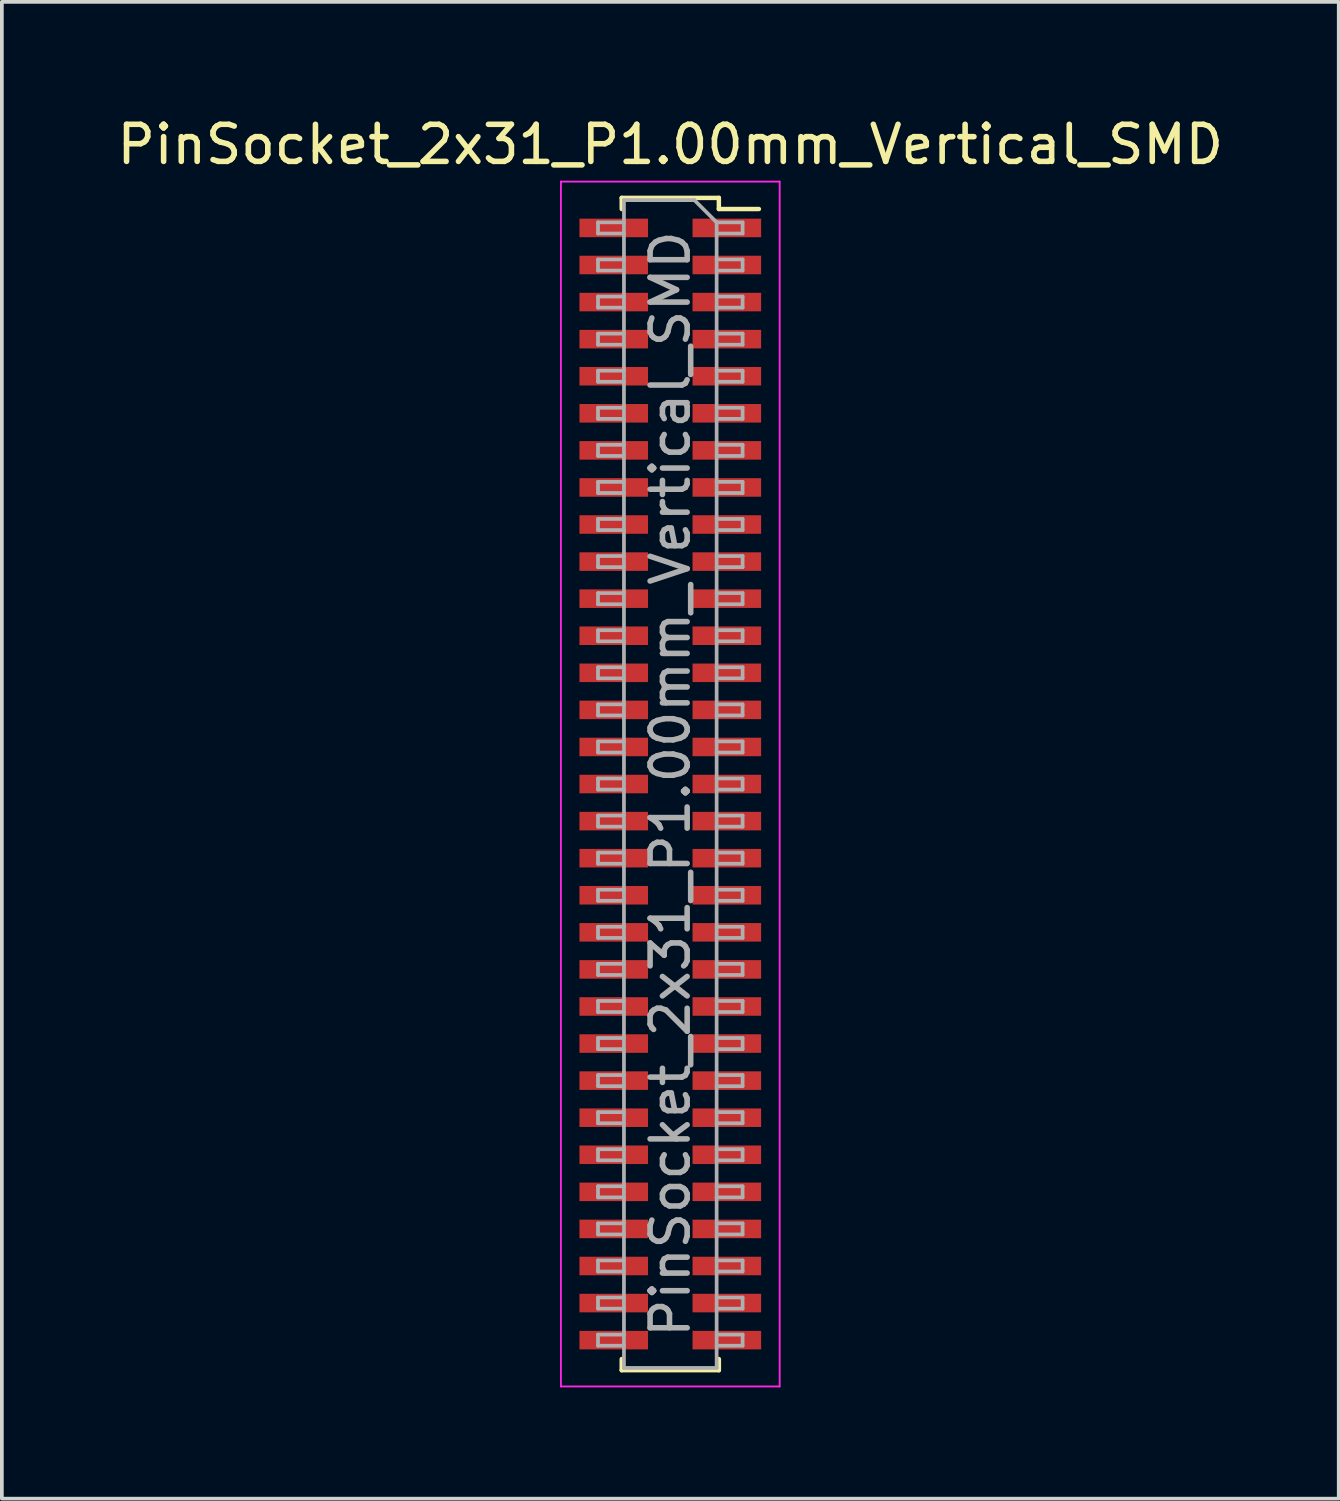
<source format=kicad_pcb>
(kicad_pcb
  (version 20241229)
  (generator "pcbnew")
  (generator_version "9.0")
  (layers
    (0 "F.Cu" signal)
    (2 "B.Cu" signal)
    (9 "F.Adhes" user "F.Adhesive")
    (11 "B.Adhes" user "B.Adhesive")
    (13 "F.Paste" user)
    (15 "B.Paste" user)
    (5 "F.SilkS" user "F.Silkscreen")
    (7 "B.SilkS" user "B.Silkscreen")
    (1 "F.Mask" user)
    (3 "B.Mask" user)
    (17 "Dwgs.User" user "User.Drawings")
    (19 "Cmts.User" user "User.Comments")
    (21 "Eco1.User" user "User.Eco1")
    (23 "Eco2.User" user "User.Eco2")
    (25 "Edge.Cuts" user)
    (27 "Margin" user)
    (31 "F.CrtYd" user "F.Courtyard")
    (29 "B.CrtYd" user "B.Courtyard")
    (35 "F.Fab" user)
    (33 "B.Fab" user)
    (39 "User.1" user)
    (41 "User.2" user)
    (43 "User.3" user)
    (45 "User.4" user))
  (footprint "PinSocket_2x31_P1.00mm_Vertical_SMD"
    (layer "F.Cu")
    (at 15.03 18.098)
    (property "Reference" "PinSocket_2x31_P1.00mm_Vertical_SMD" (at 0 -17.25 0) (layer "F.SilkS") (effects (font (size 1 1) (thickness 0.15))))
    (attr smd)
    (fp_line (start -1.31 -15.81) (end -1.31 -15.51) (stroke (width 0.12) (type solid)) (layer "F.SilkS"))
    (fp_line (start -1.31 -15.81) (end 1.31 -15.81) (stroke (width 0.12) (type solid)) (layer "F.SilkS"))
    (fp_line (start -1.31 15.51) (end -1.31 15.81) (stroke (width 0.12) (type solid)) (layer "F.SilkS"))
    (fp_line (start -1.31 15.81) (end 1.31 15.81) (stroke (width 0.12) (type solid)) (layer "F.SilkS"))
    (fp_line (start 1.31 -15.81) (end 1.31 -15.51) (stroke (width 0.12) (type solid)) (layer "F.SilkS"))
    (fp_line (start 1.31 -15.51) (end 2.39 -15.51) (stroke (width 0.12) (type solid)) (layer "F.SilkS"))
    (fp_line (start 1.31 15.51) (end 1.31 15.81) (stroke (width 0.12) (type solid)) (layer "F.SilkS"))
    (fp_line (start -2.95 -16.25) (end 2.95 -16.25) (stroke (width 0.05) (type solid)) (layer "F.CrtYd"))
    (fp_line (start -2.95 16.25) (end -2.95 -16.25) (stroke (width 0.05) (type solid)) (layer "F.CrtYd"))
    (fp_line (start 2.95 -16.25) (end 2.95 16.25) (stroke (width 0.05) (type solid)) (layer "F.CrtYd"))
    (fp_line (start 2.95 16.25) (end -2.95 16.25) (stroke (width 0.05) (type solid)) (layer "F.CrtYd"))
    (fp_line (start -1.95 -15.15) (end -1.25 -15.15) (stroke (width 0.1) (type solid)) (layer "F.Fab"))
    (fp_line (start -1.95 -14.85) (end -1.95 -15.15) (stroke (width 0.1) (type solid)) (layer "F.Fab"))
    (fp_line (start -1.95 -14.15) (end -1.25 -14.15) (stroke (width 0.1) (type solid)) (layer "F.Fab"))
    (fp_line (start -1.95 -13.85) (end -1.95 -14.15) (stroke (width 0.1) (type solid)) (layer "F.Fab"))
    (fp_line (start -1.95 -13.15) (end -1.25 -13.15) (stroke (width 0.1) (type solid)) (layer "F.Fab"))
    (fp_line (start -1.95 -12.85) (end -1.95 -13.15) (stroke (width 0.1) (type solid)) (layer "F.Fab"))
    (fp_line (start -1.95 -12.15) (end -1.25 -12.15) (stroke (width 0.1) (type solid)) (layer "F.Fab"))
    (fp_line (start -1.95 -11.85) (end -1.95 -12.15) (stroke (width 0.1) (type solid)) (layer "F.Fab"))
    (fp_line (start -1.95 -11.15) (end -1.25 -11.15) (stroke (width 0.1) (type solid)) (layer "F.Fab"))
    (fp_line (start -1.95 -10.85) (end -1.95 -11.15) (stroke (width 0.1) (type solid)) (layer "F.Fab"))
    (fp_line (start -1.95 -10.15) (end -1.25 -10.15) (stroke (width 0.1) (type solid)) (layer "F.Fab"))
    (fp_line (start -1.95 -9.85) (end -1.95 -10.15) (stroke (width 0.1) (type solid)) (layer "F.Fab"))
    (fp_line (start -1.95 -9.15) (end -1.25 -9.15) (stroke (width 0.1) (type solid)) (layer "F.Fab"))
    (fp_line (start -1.95 -8.85) (end -1.95 -9.15) (stroke (width 0.1) (type solid)) (layer "F.Fab"))
    (fp_line (start -1.95 -8.15) (end -1.25 -8.15) (stroke (width 0.1) (type solid)) (layer "F.Fab"))
    (fp_line (start -1.95 -7.85) (end -1.95 -8.15) (stroke (width 0.1) (type solid)) (layer "F.Fab"))
    (fp_line (start -1.95 -7.15) (end -1.25 -7.15) (stroke (width 0.1) (type solid)) (layer "F.Fab"))
    (fp_line (start -1.95 -6.85) (end -1.95 -7.15) (stroke (width 0.1) (type solid)) (layer "F.Fab"))
    (fp_line (start -1.95 -6.15) (end -1.25 -6.15) (stroke (width 0.1) (type solid)) (layer "F.Fab"))
    (fp_line (start -1.95 -5.85) (end -1.95 -6.15) (stroke (width 0.1) (type solid)) (layer "F.Fab"))
    (fp_line (start -1.95 -5.15) (end -1.25 -5.15) (stroke (width 0.1) (type solid)) (layer "F.Fab"))
    (fp_line (start -1.95 -4.85) (end -1.95 -5.15) (stroke (width 0.1) (type solid)) (layer "F.Fab"))
    (fp_line (start -1.95 -4.15) (end -1.25 -4.15) (stroke (width 0.1) (type solid)) (layer "F.Fab"))
    (fp_line (start -1.95 -3.85) (end -1.95 -4.15) (stroke (width 0.1) (type solid)) (layer "F.Fab"))
    (fp_line (start -1.95 -3.15) (end -1.25 -3.15) (stroke (width 0.1) (type solid)) (layer "F.Fab"))
    (fp_line (start -1.95 -2.85) (end -1.95 -3.15) (stroke (width 0.1) (type solid)) (layer "F.Fab"))
    (fp_line (start -1.95 -2.15) (end -1.25 -2.15) (stroke (width 0.1) (type solid)) (layer "F.Fab"))
    (fp_line (start -1.95 -1.85) (end -1.95 -2.15) (stroke (width 0.1) (type solid)) (layer "F.Fab"))
    (fp_line (start -1.95 -1.15) (end -1.25 -1.15) (stroke (width 0.1) (type solid)) (layer "F.Fab"))
    (fp_line (start -1.95 -0.85) (end -1.95 -1.15) (stroke (width 0.1) (type solid)) (layer "F.Fab"))
    (fp_line (start -1.95 -0.15) (end -1.25 -0.15) (stroke (width 0.1) (type solid)) (layer "F.Fab"))
    (fp_line (start -1.95 0.15) (end -1.95 -0.15) (stroke (width 0.1) (type solid)) (layer "F.Fab"))
    (fp_line (start -1.95 0.85) (end -1.25 0.85) (stroke (width 0.1) (type solid)) (layer "F.Fab"))
    (fp_line (start -1.95 1.15) (end -1.95 0.85) (stroke (width 0.1) (type solid)) (layer "F.Fab"))
    (fp_line (start -1.95 1.85) (end -1.25 1.85) (stroke (width 0.1) (type solid)) (layer "F.Fab"))
    (fp_line (start -1.95 2.15) (end -1.95 1.85) (stroke (width 0.1) (type solid)) (layer "F.Fab"))
    (fp_line (start -1.95 2.85) (end -1.25 2.85) (stroke (width 0.1) (type solid)) (layer "F.Fab"))
    (fp_line (start -1.95 3.15) (end -1.95 2.85) (stroke (width 0.1) (type solid)) (layer "F.Fab"))
    (fp_line (start -1.95 3.85) (end -1.25 3.85) (stroke (width 0.1) (type solid)) (layer "F.Fab"))
    (fp_line (start -1.95 4.15) (end -1.95 3.85) (stroke (width 0.1) (type solid)) (layer "F.Fab"))
    (fp_line (start -1.95 4.85) (end -1.25 4.85) (stroke (width 0.1) (type solid)) (layer "F.Fab"))
    (fp_line (start -1.95 5.15) (end -1.95 4.85) (stroke (width 0.1) (type solid)) (layer "F.Fab"))
    (fp_line (start -1.95 5.85) (end -1.25 5.85) (stroke (width 0.1) (type solid)) (layer "F.Fab"))
    (fp_line (start -1.95 6.15) (end -1.95 5.85) (stroke (width 0.1) (type solid)) (layer "F.Fab"))
    (fp_line (start -1.95 6.85) (end -1.25 6.85) (stroke (width 0.1) (type solid)) (layer "F.Fab"))
    (fp_line (start -1.95 7.15) (end -1.95 6.85) (stroke (width 0.1) (type solid)) (layer "F.Fab"))
    (fp_line (start -1.95 7.85) (end -1.25 7.85) (stroke (width 0.1) (type solid)) (layer "F.Fab"))
    (fp_line (start -1.95 8.15) (end -1.95 7.85) (stroke (width 0.1) (type solid)) (layer "F.Fab"))
    (fp_line (start -1.95 8.85) (end -1.25 8.85) (stroke (width 0.1) (type solid)) (layer "F.Fab"))
    (fp_line (start -1.95 9.15) (end -1.95 8.85) (stroke (width 0.1) (type solid)) (layer "F.Fab"))
    (fp_line (start -1.95 9.85) (end -1.25 9.85) (stroke (width 0.1) (type solid)) (layer "F.Fab"))
    (fp_line (start -1.95 10.15) (end -1.95 9.85) (stroke (width 0.1) (type solid)) (layer "F.Fab"))
    (fp_line (start -1.95 10.85) (end -1.25 10.85) (stroke (width 0.1) (type solid)) (layer "F.Fab"))
    (fp_line (start -1.95 11.15) (end -1.95 10.85) (stroke (width 0.1) (type solid)) (layer "F.Fab"))
    (fp_line (start -1.95 11.85) (end -1.25 11.85) (stroke (width 0.1) (type solid)) (layer "F.Fab"))
    (fp_line (start -1.95 12.15) (end -1.95 11.85) (stroke (width 0.1) (type solid)) (layer "F.Fab"))
    (fp_line (start -1.95 12.85) (end -1.25 12.85) (stroke (width 0.1) (type solid)) (layer "F.Fab"))
    (fp_line (start -1.95 13.15) (end -1.95 12.85) (stroke (width 0.1) (type solid)) (layer "F.Fab"))
    (fp_line (start -1.95 13.85) (end -1.25 13.85) (stroke (width 0.1) (type solid)) (layer "F.Fab"))
    (fp_line (start -1.95 14.15) (end -1.95 13.85) (stroke (width 0.1) (type solid)) (layer "F.Fab"))
    (fp_line (start -1.95 14.85) (end -1.25 14.85) (stroke (width 0.1) (type solid)) (layer "F.Fab"))
    (fp_line (start -1.95 15.15) (end -1.95 14.85) (stroke (width 0.1) (type solid)) (layer "F.Fab"))
    (fp_line (start -1.25 -15.75) (end 0.65 -15.75) (stroke (width 0.1) (type solid)) (layer "F.Fab"))
    (fp_line (start -1.25 -14.85) (end -1.95 -14.85) (stroke (width 0.1) (type solid)) (layer "F.Fab"))
    (fp_line (start -1.25 -13.85) (end -1.95 -13.85) (stroke (width 0.1) (type solid)) (layer "F.Fab"))
    (fp_line (start -1.25 -12.85) (end -1.95 -12.85) (stroke (width 0.1) (type solid)) (layer "F.Fab"))
    (fp_line (start -1.25 -11.85) (end -1.95 -11.85) (stroke (width 0.1) (type solid)) (layer "F.Fab"))
    (fp_line (start -1.25 -10.85) (end -1.95 -10.85) (stroke (width 0.1) (type solid)) (layer "F.Fab"))
    (fp_line (start -1.25 -9.85) (end -1.95 -9.85) (stroke (width 0.1) (type solid)) (layer "F.Fab"))
    (fp_line (start -1.25 -8.85) (end -1.95 -8.85) (stroke (width 0.1) (type solid)) (layer "F.Fab"))
    (fp_line (start -1.25 -7.85) (end -1.95 -7.85) (stroke (width 0.1) (type solid)) (layer "F.Fab"))
    (fp_line (start -1.25 -6.85) (end -1.95 -6.85) (stroke (width 0.1) (type solid)) (layer "F.Fab"))
    (fp_line (start -1.25 -5.85) (end -1.95 -5.85) (stroke (width 0.1) (type solid)) (layer "F.Fab"))
    (fp_line (start -1.25 -4.85) (end -1.95 -4.85) (stroke (width 0.1) (type solid)) (layer "F.Fab"))
    (fp_line (start -1.25 -3.85) (end -1.95 -3.85) (stroke (width 0.1) (type solid)) (layer "F.Fab"))
    (fp_line (start -1.25 -2.85) (end -1.95 -2.85) (stroke (width 0.1) (type solid)) (layer "F.Fab"))
    (fp_line (start -1.25 -1.85) (end -1.95 -1.85) (stroke (width 0.1) (type solid)) (layer "F.Fab"))
    (fp_line (start -1.25 -0.85) (end -1.95 -0.85) (stroke (width 0.1) (type solid)) (layer "F.Fab"))
    (fp_line (start -1.25 0.15) (end -1.95 0.15) (stroke (width 0.1) (type solid)) (layer "F.Fab"))
    (fp_line (start -1.25 1.15) (end -1.95 1.15) (stroke (width 0.1) (type solid)) (layer "F.Fab"))
    (fp_line (start -1.25 2.15) (end -1.95 2.15) (stroke (width 0.1) (type solid)) (layer "F.Fab"))
    (fp_line (start -1.25 3.15) (end -1.95 3.15) (stroke (width 0.1) (type solid)) (layer "F.Fab"))
    (fp_line (start -1.25 4.15) (end -1.95 4.15) (stroke (width 0.1) (type solid)) (layer "F.Fab"))
    (fp_line (start -1.25 5.15) (end -1.95 5.15) (stroke (width 0.1) (type solid)) (layer "F.Fab"))
    (fp_line (start -1.25 6.15) (end -1.95 6.15) (stroke (width 0.1) (type solid)) (layer "F.Fab"))
    (fp_line (start -1.25 7.15) (end -1.95 7.15) (stroke (width 0.1) (type solid)) (layer "F.Fab"))
    (fp_line (start -1.25 8.15) (end -1.95 8.15) (stroke (width 0.1) (type solid)) (layer "F.Fab"))
    (fp_line (start -1.25 9.15) (end -1.95 9.15) (stroke (width 0.1) (type solid)) (layer "F.Fab"))
    (fp_line (start -1.25 10.15) (end -1.95 10.15) (stroke (width 0.1) (type solid)) (layer "F.Fab"))
    (fp_line (start -1.25 11.15) (end -1.95 11.15) (stroke (width 0.1) (type solid)) (layer "F.Fab"))
    (fp_line (start -1.25 12.15) (end -1.95 12.15) (stroke (width 0.1) (type solid)) (layer "F.Fab"))
    (fp_line (start -1.25 13.15) (end -1.95 13.15) (stroke (width 0.1) (type solid)) (layer "F.Fab"))
    (fp_line (start -1.25 14.15) (end -1.95 14.15) (stroke (width 0.1) (type solid)) (layer "F.Fab"))
    (fp_line (start -1.25 15.15) (end -1.95 15.15) (stroke (width 0.1) (type solid)) (layer "F.Fab"))
    (fp_line (start -1.25 15.75) (end -1.25 -15.75) (stroke (width 0.1) (type solid)) (layer "F.Fab"))
    (fp_line (start 0.65 -15.75) (end 1.25 -15.15) (stroke (width 0.1) (type solid)) (layer "F.Fab"))
    (fp_line (start 1.25 -15.15) (end 1.25 15.75) (stroke (width 0.1) (type solid)) (layer "F.Fab"))
    (fp_line (start 1.25 -15.15) (end 1.95 -15.15) (stroke (width 0.1) (type solid)) (layer "F.Fab"))
    (fp_line (start 1.25 -14.15) (end 1.95 -14.15) (stroke (width 0.1) (type solid)) (layer "F.Fab"))
    (fp_line (start 1.25 -13.15) (end 1.95 -13.15) (stroke (width 0.1) (type solid)) (layer "F.Fab"))
    (fp_line (start 1.25 -12.15) (end 1.95 -12.15) (stroke (width 0.1) (type solid)) (layer "F.Fab"))
    (fp_line (start 1.25 -11.15) (end 1.95 -11.15) (stroke (width 0.1) (type solid)) (layer "F.Fab"))
    (fp_line (start 1.25 -10.15) (end 1.95 -10.15) (stroke (width 0.1) (type solid)) (layer "F.Fab"))
    (fp_line (start 1.25 -9.15) (end 1.95 -9.15) (stroke (width 0.1) (type solid)) (layer "F.Fab"))
    (fp_line (start 1.25 -8.15) (end 1.95 -8.15) (stroke (width 0.1) (type solid)) (layer "F.Fab"))
    (fp_line (start 1.25 -7.15) (end 1.95 -7.15) (stroke (width 0.1) (type solid)) (layer "F.Fab"))
    (fp_line (start 1.25 -6.15) (end 1.95 -6.15) (stroke (width 0.1) (type solid)) (layer "F.Fab"))
    (fp_line (start 1.25 -5.15) (end 1.95 -5.15) (stroke (width 0.1) (type solid)) (layer "F.Fab"))
    (fp_line (start 1.25 -4.15) (end 1.95 -4.15) (stroke (width 0.1) (type solid)) (layer "F.Fab"))
    (fp_line (start 1.25 -3.15) (end 1.95 -3.15) (stroke (width 0.1) (type solid)) (layer "F.Fab"))
    (fp_line (start 1.25 -2.15) (end 1.95 -2.15) (stroke (width 0.1) (type solid)) (layer "F.Fab"))
    (fp_line (start 1.25 -1.15) (end 1.95 -1.15) (stroke (width 0.1) (type solid)) (layer "F.Fab"))
    (fp_line (start 1.25 -0.15) (end 1.95 -0.15) (stroke (width 0.1) (type solid)) (layer "F.Fab"))
    (fp_line (start 1.25 0.85) (end 1.95 0.85) (stroke (width 0.1) (type solid)) (layer "F.Fab"))
    (fp_line (start 1.25 1.85) (end 1.95 1.85) (stroke (width 0.1) (type solid)) (layer "F.Fab"))
    (fp_line (start 1.25 2.85) (end 1.95 2.85) (stroke (width 0.1) (type solid)) (layer "F.Fab"))
    (fp_line (start 1.25 3.85) (end 1.95 3.85) (stroke (width 0.1) (type solid)) (layer "F.Fab"))
    (fp_line (start 1.25 4.85) (end 1.95 4.85) (stroke (width 0.1) (type solid)) (layer "F.Fab"))
    (fp_line (start 1.25 5.85) (end 1.95 5.85) (stroke (width 0.1) (type solid)) (layer "F.Fab"))
    (fp_line (start 1.25 6.85) (end 1.95 6.85) (stroke (width 0.1) (type solid)) (layer "F.Fab"))
    (fp_line (start 1.25 7.85) (end 1.95 7.85) (stroke (width 0.1) (type solid)) (layer "F.Fab"))
    (fp_line (start 1.25 8.85) (end 1.95 8.85) (stroke (width 0.1) (type solid)) (layer "F.Fab"))
    (fp_line (start 1.25 9.85) (end 1.95 9.85) (stroke (width 0.1) (type solid)) (layer "F.Fab"))
    (fp_line (start 1.25 10.85) (end 1.95 10.85) (stroke (width 0.1) (type solid)) (layer "F.Fab"))
    (fp_line (start 1.25 11.85) (end 1.95 11.85) (stroke (width 0.1) (type solid)) (layer "F.Fab"))
    (fp_line (start 1.25 12.85) (end 1.95 12.85) (stroke (width 0.1) (type solid)) (layer "F.Fab"))
    (fp_line (start 1.25 13.85) (end 1.95 13.85) (stroke (width 0.1) (type solid)) (layer "F.Fab"))
    (fp_line (start 1.25 14.85) (end 1.95 14.85) (stroke (width 0.1) (type solid)) (layer "F.Fab"))
    (fp_line (start 1.25 15.75) (end -1.25 15.75) (stroke (width 0.1) (type solid)) (layer "F.Fab"))
    (fp_line (start 1.95 -15.15) (end 1.95 -14.85) (stroke (width 0.1) (type solid)) (layer "F.Fab"))
    (fp_line (start 1.95 -14.85) (end 1.25 -14.85) (stroke (width 0.1) (type solid)) (layer "F.Fab"))
    (fp_line (start 1.95 -14.15) (end 1.95 -13.85) (stroke (width 0.1) (type solid)) (layer "F.Fab"))
    (fp_line (start 1.95 -13.85) (end 1.25 -13.85) (stroke (width 0.1) (type solid)) (layer "F.Fab"))
    (fp_line (start 1.95 -13.15) (end 1.95 -12.85) (stroke (width 0.1) (type solid)) (layer "F.Fab"))
    (fp_line (start 1.95 -12.85) (end 1.25 -12.85) (stroke (width 0.1) (type solid)) (layer "F.Fab"))
    (fp_line (start 1.95 -12.15) (end 1.95 -11.85) (stroke (width 0.1) (type solid)) (layer "F.Fab"))
    (fp_line (start 1.95 -11.85) (end 1.25 -11.85) (stroke (width 0.1) (type solid)) (layer "F.Fab"))
    (fp_line (start 1.95 -11.15) (end 1.95 -10.85) (stroke (width 0.1) (type solid)) (layer "F.Fab"))
    (fp_line (start 1.95 -10.85) (end 1.25 -10.85) (stroke (width 0.1) (type solid)) (layer "F.Fab"))
    (fp_line (start 1.95 -10.15) (end 1.95 -9.85) (stroke (width 0.1) (type solid)) (layer "F.Fab"))
    (fp_line (start 1.95 -9.85) (end 1.25 -9.85) (stroke (width 0.1) (type solid)) (layer "F.Fab"))
    (fp_line (start 1.95 -9.15) (end 1.95 -8.85) (stroke (width 0.1) (type solid)) (layer "F.Fab"))
    (fp_line (start 1.95 -8.85) (end 1.25 -8.85) (stroke (width 0.1) (type solid)) (layer "F.Fab"))
    (fp_line (start 1.95 -8.15) (end 1.95 -7.85) (stroke (width 0.1) (type solid)) (layer "F.Fab"))
    (fp_line (start 1.95 -7.85) (end 1.25 -7.85) (stroke (width 0.1) (type solid)) (layer "F.Fab"))
    (fp_line (start 1.95 -7.15) (end 1.95 -6.85) (stroke (width 0.1) (type solid)) (layer "F.Fab"))
    (fp_line (start 1.95 -6.85) (end 1.25 -6.85) (stroke (width 0.1) (type solid)) (layer "F.Fab"))
    (fp_line (start 1.95 -6.15) (end 1.95 -5.85) (stroke (width 0.1) (type solid)) (layer "F.Fab"))
    (fp_line (start 1.95 -5.85) (end 1.25 -5.85) (stroke (width 0.1) (type solid)) (layer "F.Fab"))
    (fp_line (start 1.95 -5.15) (end 1.95 -4.85) (stroke (width 0.1) (type solid)) (layer "F.Fab"))
    (fp_line (start 1.95 -4.85) (end 1.25 -4.85) (stroke (width 0.1) (type solid)) (layer "F.Fab"))
    (fp_line (start 1.95 -4.15) (end 1.95 -3.85) (stroke (width 0.1) (type solid)) (layer "F.Fab"))
    (fp_line (start 1.95 -3.85) (end 1.25 -3.85) (stroke (width 0.1) (type solid)) (layer "F.Fab"))
    (fp_line (start 1.95 -3.15) (end 1.95 -2.85) (stroke (width 0.1) (type solid)) (layer "F.Fab"))
    (fp_line (start 1.95 -2.85) (end 1.25 -2.85) (stroke (width 0.1) (type solid)) (layer "F.Fab"))
    (fp_line (start 1.95 -2.15) (end 1.95 -1.85) (stroke (width 0.1) (type solid)) (layer "F.Fab"))
    (fp_line (start 1.95 -1.85) (end 1.25 -1.85) (stroke (width 0.1) (type solid)) (layer "F.Fab"))
    (fp_line (start 1.95 -1.15) (end 1.95 -0.85) (stroke (width 0.1) (type solid)) (layer "F.Fab"))
    (fp_line (start 1.95 -0.85) (end 1.25 -0.85) (stroke (width 0.1) (type solid)) (layer "F.Fab"))
    (fp_line (start 1.95 -0.15) (end 1.95 0.15) (stroke (width 0.1) (type solid)) (layer "F.Fab"))
    (fp_line (start 1.95 0.15) (end 1.25 0.15) (stroke (width 0.1) (type solid)) (layer "F.Fab"))
    (fp_line (start 1.95 0.85) (end 1.95 1.15) (stroke (width 0.1) (type solid)) (layer "F.Fab"))
    (fp_line (start 1.95 1.15) (end 1.25 1.15) (stroke (width 0.1) (type solid)) (layer "F.Fab"))
    (fp_line (start 1.95 1.85) (end 1.95 2.15) (stroke (width 0.1) (type solid)) (layer "F.Fab"))
    (fp_line (start 1.95 2.15) (end 1.25 2.15) (stroke (width 0.1) (type solid)) (layer "F.Fab"))
    (fp_line (start 1.95 2.85) (end 1.95 3.15) (stroke (width 0.1) (type solid)) (layer "F.Fab"))
    (fp_line (start 1.95 3.15) (end 1.25 3.15) (stroke (width 0.1) (type solid)) (layer "F.Fab"))
    (fp_line (start 1.95 3.85) (end 1.95 4.15) (stroke (width 0.1) (type solid)) (layer "F.Fab"))
    (fp_line (start 1.95 4.15) (end 1.25 4.15) (stroke (width 0.1) (type solid)) (layer "F.Fab"))
    (fp_line (start 1.95 4.85) (end 1.95 5.15) (stroke (width 0.1) (type solid)) (layer "F.Fab"))
    (fp_line (start 1.95 5.15) (end 1.25 5.15) (stroke (width 0.1) (type solid)) (layer "F.Fab"))
    (fp_line (start 1.95 5.85) (end 1.95 6.15) (stroke (width 0.1) (type solid)) (layer "F.Fab"))
    (fp_line (start 1.95 6.15) (end 1.25 6.15) (stroke (width 0.1) (type solid)) (layer "F.Fab"))
    (fp_line (start 1.95 6.85) (end 1.95 7.15) (stroke (width 0.1) (type solid)) (layer "F.Fab"))
    (fp_line (start 1.95 7.15) (end 1.25 7.15) (stroke (width 0.1) (type solid)) (layer "F.Fab"))
    (fp_line (start 1.95 7.85) (end 1.95 8.15) (stroke (width 0.1) (type solid)) (layer "F.Fab"))
    (fp_line (start 1.95 8.15) (end 1.25 8.15) (stroke (width 0.1) (type solid)) (layer "F.Fab"))
    (fp_line (start 1.95 8.85) (end 1.95 9.15) (stroke (width 0.1) (type solid)) (layer "F.Fab"))
    (fp_line (start 1.95 9.15) (end 1.25 9.15) (stroke (width 0.1) (type solid)) (layer "F.Fab"))
    (fp_line (start 1.95 9.85) (end 1.95 10.15) (stroke (width 0.1) (type solid)) (layer "F.Fab"))
    (fp_line (start 1.95 10.15) (end 1.25 10.15) (stroke (width 0.1) (type solid)) (layer "F.Fab"))
    (fp_line (start 1.95 10.85) (end 1.95 11.15) (stroke (width 0.1) (type solid)) (layer "F.Fab"))
    (fp_line (start 1.95 11.15) (end 1.25 11.15) (stroke (width 0.1) (type solid)) (layer "F.Fab"))
    (fp_line (start 1.95 11.85) (end 1.95 12.15) (stroke (width 0.1) (type solid)) (layer "F.Fab"))
    (fp_line (start 1.95 12.15) (end 1.25 12.15) (stroke (width 0.1) (type solid)) (layer "F.Fab"))
    (fp_line (start 1.95 12.85) (end 1.95 13.15) (stroke (width 0.1) (type solid)) (layer "F.Fab"))
    (fp_line (start 1.95 13.15) (end 1.25 13.15) (stroke (width 0.1) (type solid)) (layer "F.Fab"))
    (fp_line (start 1.95 13.85) (end 1.95 14.15) (stroke (width 0.1) (type solid)) (layer "F.Fab"))
    (fp_line (start 1.95 14.15) (end 1.25 14.15) (stroke (width 0.1) (type solid)) (layer "F.Fab"))
    (fp_line (start 1.95 14.85) (end 1.95 15.15) (stroke (width 0.1) (type solid)) (layer "F.Fab"))
    (fp_line (start 1.95 15.15) (end 1.25 15.15) (stroke (width 0.1) (type solid)) (layer "F.Fab"))
    (fp_text user "${REFERENCE}" (at 0 0 90) (layer "F.Fab") (effects (font (size 1 1) (thickness 0.15))))
    (pad "1" smd rect (at 1.525 -15) (size 1.85 0.5) (layers "F.Cu" "F.Mask" "F.Paste"))
    (pad "2" smd rect (at -1.525 -15) (size 1.85 0.5) (layers "F.Cu" "F.Mask" "F.Paste"))
    (pad "3" smd rect (at 1.525 -14) (size 1.85 0.5) (layers "F.Cu" "F.Mask" "F.Paste"))
    (pad "4" smd rect (at -1.525 -14) (size 1.85 0.5) (layers "F.Cu" "F.Mask" "F.Paste"))
    (pad "5" smd rect (at 1.525 -13) (size 1.85 0.5) (layers "F.Cu" "F.Mask" "F.Paste"))
    (pad "6" smd rect (at -1.525 -13) (size 1.85 0.5) (layers "F.Cu" "F.Mask" "F.Paste"))
    (pad "7" smd rect (at 1.525 -12) (size 1.85 0.5) (layers "F.Cu" "F.Mask" "F.Paste"))
    (pad "8" smd rect (at -1.525 -12) (size 1.85 0.5) (layers "F.Cu" "F.Mask" "F.Paste"))
    (pad "9" smd rect (at 1.525 -11) (size 1.85 0.5) (layers "F.Cu" "F.Mask" "F.Paste"))
    (pad "10" smd rect (at -1.525 -11) (size 1.85 0.5) (layers "F.Cu" "F.Mask" "F.Paste"))
    (pad "11" smd rect (at 1.525 -10) (size 1.85 0.5) (layers "F.Cu" "F.Mask" "F.Paste"))
    (pad "12" smd rect (at -1.525 -10) (size 1.85 0.5) (layers "F.Cu" "F.Mask" "F.Paste"))
    (pad "13" smd rect (at 1.525 -9) (size 1.85 0.5) (layers "F.Cu" "F.Mask" "F.Paste"))
    (pad "14" smd rect (at -1.525 -9) (size 1.85 0.5) (layers "F.Cu" "F.Mask" "F.Paste"))
    (pad "15" smd rect (at 1.525 -8) (size 1.85 0.5) (layers "F.Cu" "F.Mask" "F.Paste"))
    (pad "16" smd rect (at -1.525 -8) (size 1.85 0.5) (layers "F.Cu" "F.Mask" "F.Paste"))
    (pad "17" smd rect (at 1.525 -7) (size 1.85 0.5) (layers "F.Cu" "F.Mask" "F.Paste"))
    (pad "18" smd rect (at -1.525 -7) (size 1.85 0.5) (layers "F.Cu" "F.Mask" "F.Paste"))
    (pad "19" smd rect (at 1.525 -6) (size 1.85 0.5) (layers "F.Cu" "F.Mask" "F.Paste"))
    (pad "20" smd rect (at -1.525 -6) (size 1.85 0.5) (layers "F.Cu" "F.Mask" "F.Paste"))
    (pad "21" smd rect (at 1.525 -5) (size 1.85 0.5) (layers "F.Cu" "F.Mask" "F.Paste"))
    (pad "22" smd rect (at -1.525 -5) (size 1.85 0.5) (layers "F.Cu" "F.Mask" "F.Paste"))
    (pad "23" smd rect (at 1.525 -4) (size 1.85 0.5) (layers "F.Cu" "F.Mask" "F.Paste"))
    (pad "24" smd rect (at -1.525 -4) (size 1.85 0.5) (layers "F.Cu" "F.Mask" "F.Paste"))
    (pad "25" smd rect (at 1.525 -3) (size 1.85 0.5) (layers "F.Cu" "F.Mask" "F.Paste"))
    (pad "26" smd rect (at -1.525 -3) (size 1.85 0.5) (layers "F.Cu" "F.Mask" "F.Paste"))
    (pad "27" smd rect (at 1.525 -2) (size 1.85 0.5) (layers "F.Cu" "F.Mask" "F.Paste"))
    (pad "28" smd rect (at -1.525 -2) (size 1.85 0.5) (layers "F.Cu" "F.Mask" "F.Paste"))
    (pad "29" smd rect (at 1.525 -1) (size 1.85 0.5) (layers "F.Cu" "F.Mask" "F.Paste"))
    (pad "30" smd rect (at -1.525 -1) (size 1.85 0.5) (layers "F.Cu" "F.Mask" "F.Paste"))
    (pad "31" smd rect (at 1.525 0) (size 1.85 0.5) (layers "F.Cu" "F.Mask" "F.Paste"))
    (pad "32" smd rect (at -1.525 0) (size 1.85 0.5) (layers "F.Cu" "F.Mask" "F.Paste"))
    (pad "33" smd rect (at 1.525 1) (size 1.85 0.5) (layers "F.Cu" "F.Mask" "F.Paste"))
    (pad "34" smd rect (at -1.525 1) (size 1.85 0.5) (layers "F.Cu" "F.Mask" "F.Paste"))
    (pad "35" smd rect (at 1.525 2) (size 1.85 0.5) (layers "F.Cu" "F.Mask" "F.Paste"))
    (pad "36" smd rect (at -1.525 2) (size 1.85 0.5) (layers "F.Cu" "F.Mask" "F.Paste"))
    (pad "37" smd rect (at 1.525 3) (size 1.85 0.5) (layers "F.Cu" "F.Mask" "F.Paste"))
    (pad "38" smd rect (at -1.525 3) (size 1.85 0.5) (layers "F.Cu" "F.Mask" "F.Paste"))
    (pad "39" smd rect (at 1.525 4) (size 1.85 0.5) (layers "F.Cu" "F.Mask" "F.Paste"))
    (pad "40" smd rect (at -1.525 4) (size 1.85 0.5) (layers "F.Cu" "F.Mask" "F.Paste"))
    (pad "41" smd rect (at 1.525 5) (size 1.85 0.5) (layers "F.Cu" "F.Mask" "F.Paste"))
    (pad "42" smd rect (at -1.525 5) (size 1.85 0.5) (layers "F.Cu" "F.Mask" "F.Paste"))
    (pad "43" smd rect (at 1.525 6) (size 1.85 0.5) (layers "F.Cu" "F.Mask" "F.Paste"))
    (pad "44" smd rect (at -1.525 6) (size 1.85 0.5) (layers "F.Cu" "F.Mask" "F.Paste"))
    (pad "45" smd rect (at 1.525 7) (size 1.85 0.5) (layers "F.Cu" "F.Mask" "F.Paste"))
    (pad "46" smd rect (at -1.525 7) (size 1.85 0.5) (layers "F.Cu" "F.Mask" "F.Paste"))
    (pad "47" smd rect (at 1.525 8) (size 1.85 0.5) (layers "F.Cu" "F.Mask" "F.Paste"))
    (pad "48" smd rect (at -1.525 8) (size 1.85 0.5) (layers "F.Cu" "F.Mask" "F.Paste"))
    (pad "49" smd rect (at 1.525 9) (size 1.85 0.5) (layers "F.Cu" "F.Mask" "F.Paste"))
    (pad "50" smd rect (at -1.525 9) (size 1.85 0.5) (layers "F.Cu" "F.Mask" "F.Paste"))
    (pad "51" smd rect (at 1.525 10) (size 1.85 0.5) (layers "F.Cu" "F.Mask" "F.Paste"))
    (pad "52" smd rect (at -1.525 10) (size 1.85 0.5) (layers "F.Cu" "F.Mask" "F.Paste"))
    (pad "53" smd rect (at 1.525 11) (size 1.85 0.5) (layers "F.Cu" "F.Mask" "F.Paste"))
    (pad "54" smd rect (at -1.525 11) (size 1.85 0.5) (layers "F.Cu" "F.Mask" "F.Paste"))
    (pad "55" smd rect (at 1.525 12) (size 1.85 0.5) (layers "F.Cu" "F.Mask" "F.Paste"))
    (pad "56" smd rect (at -1.525 12) (size 1.85 0.5) (layers "F.Cu" "F.Mask" "F.Paste"))
    (pad "57" smd rect (at 1.525 13) (size 1.85 0.5) (layers "F.Cu" "F.Mask" "F.Paste"))
    (pad "58" smd rect (at -1.525 13) (size 1.85 0.5) (layers "F.Cu" "F.Mask" "F.Paste"))
    (pad "59" smd rect (at 1.525 14) (size 1.85 0.5) (layers "F.Cu" "F.Mask" "F.Paste"))
    (pad "60" smd rect (at -1.525 14) (size 1.85 0.5) (layers "F.Cu" "F.Mask" "F.Paste"))
    (pad "61" smd rect (at 1.525 15) (size 1.85 0.5) (layers "F.Cu" "F.Mask" "F.Paste"))
    (pad "62" smd rect (at -1.525 15) (size 1.85 0.5) (layers "F.Cu" "F.Mask" "F.Paste")))
  (gr_rect
    (start -3 -3)
    (end 33.06 37.373)
    (stroke (width 0.1) (type default))
    (fill no)
    (layer "Edge.Cuts")))
</source>
